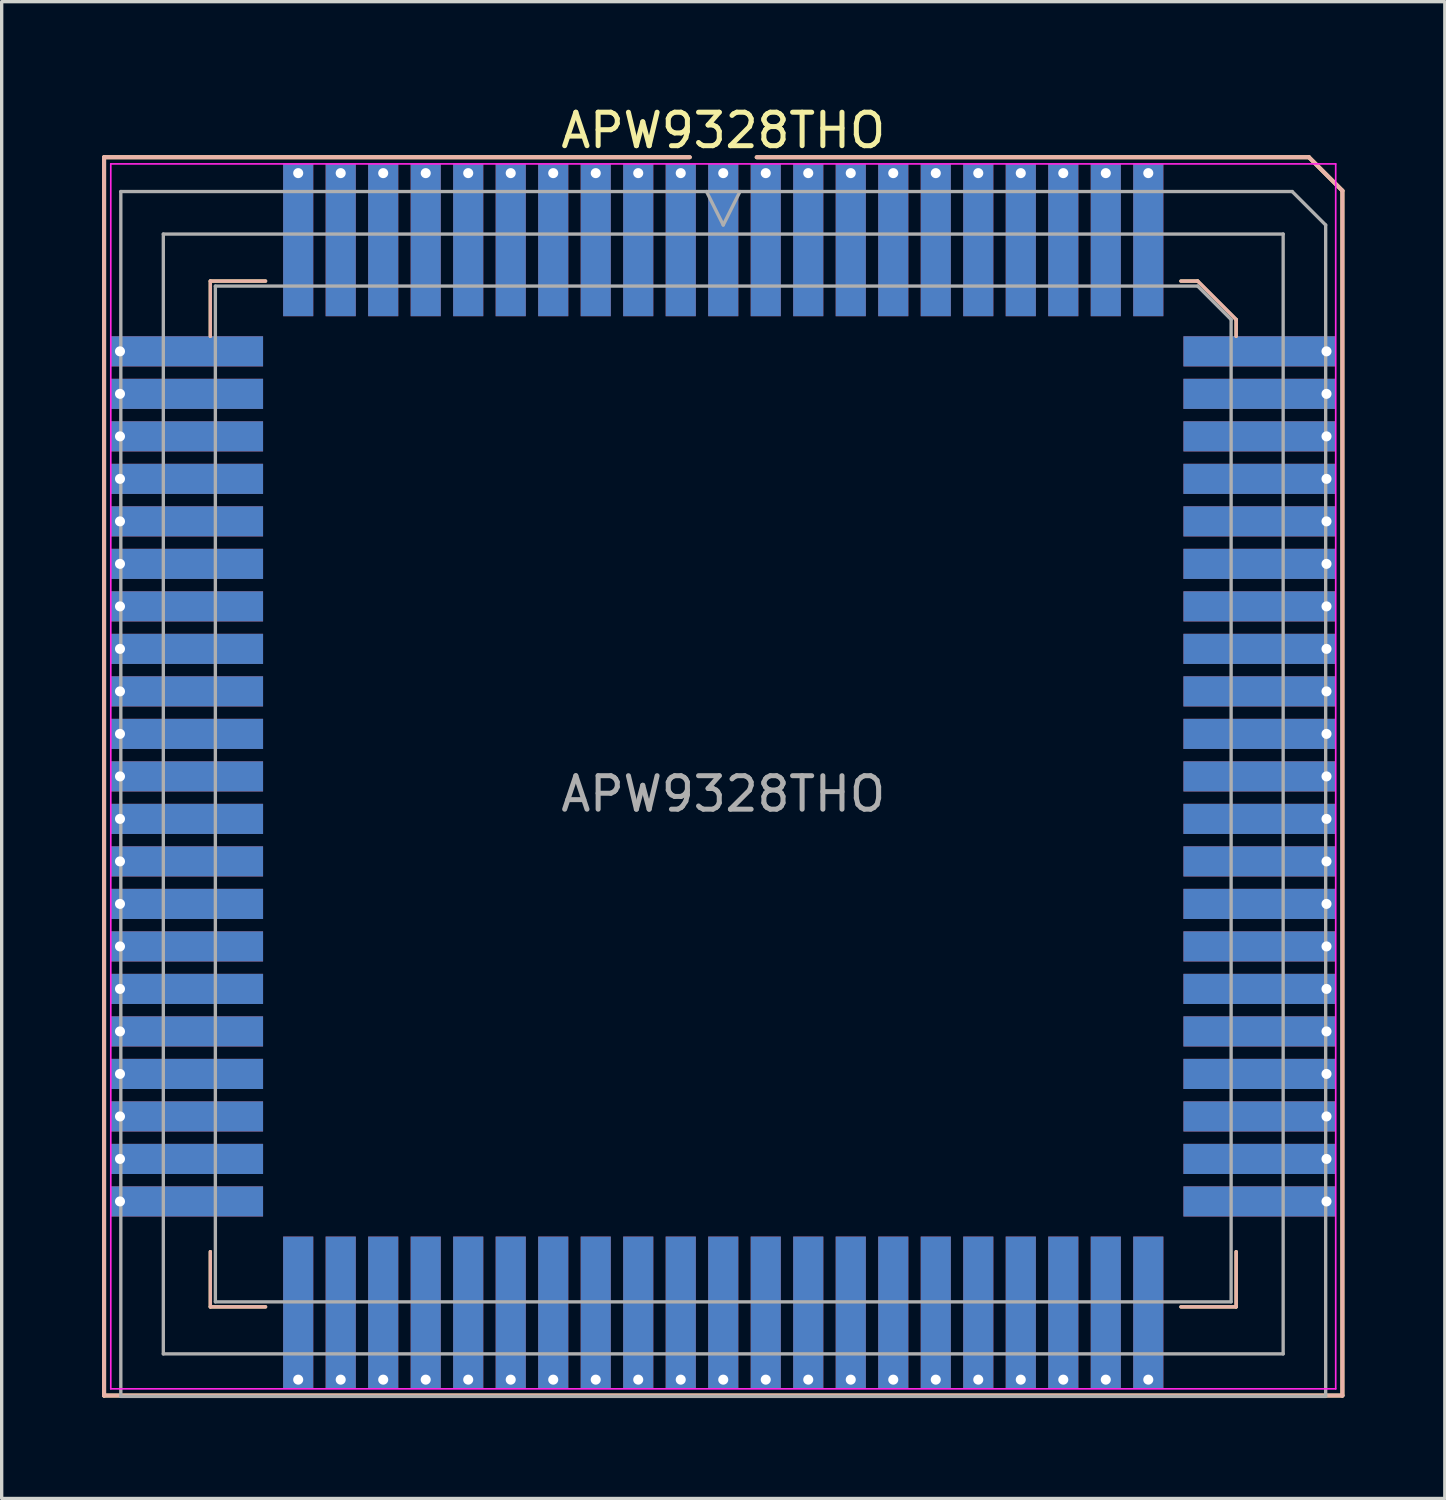
<source format=kicad_pcb>
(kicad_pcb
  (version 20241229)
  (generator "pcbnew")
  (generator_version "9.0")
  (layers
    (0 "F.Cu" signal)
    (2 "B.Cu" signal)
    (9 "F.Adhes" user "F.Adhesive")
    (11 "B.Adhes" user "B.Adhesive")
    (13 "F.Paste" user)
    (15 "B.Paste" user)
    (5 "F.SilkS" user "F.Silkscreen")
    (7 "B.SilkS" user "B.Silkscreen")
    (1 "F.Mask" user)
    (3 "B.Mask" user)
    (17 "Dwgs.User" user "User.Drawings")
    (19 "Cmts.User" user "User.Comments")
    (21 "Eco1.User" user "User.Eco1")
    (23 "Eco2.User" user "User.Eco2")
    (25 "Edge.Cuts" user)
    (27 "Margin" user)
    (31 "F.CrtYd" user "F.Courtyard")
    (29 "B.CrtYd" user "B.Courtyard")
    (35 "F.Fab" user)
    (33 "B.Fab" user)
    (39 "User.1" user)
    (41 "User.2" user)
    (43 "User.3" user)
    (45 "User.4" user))
  (footprint "APW9328THO"
    (layer "F.Cu")
    (at 18.56 20.148)
    (property "Reference" "APW9328THO" (at 0 -19.3 180) (layer "F.SilkS") (effects (font (size 1 1) (thickness 0.15))))
    (attr smd)
    (fp_line (start -18.5 -18.5) (end -1 -18.5) (stroke (width 0.12) (type solid)) (layer "F.SilkS"))
    (fp_line (start -18.5 18.5) (end -18.5 -18.5) (stroke (width 0.12) (type solid)) (layer "F.SilkS"))
    (fp_line (start -15.325 -14.8) (end -15.325 -13.15) (stroke (width 0.1) (type solid)) (layer "F.SilkS"))
    (fp_line (start -15.325 15.85) (end -15.325 14.2) (stroke (width 0.1) (type solid)) (layer "F.SilkS"))
    (fp_line (start -13.675 -14.8) (end -15.325 -14.8) (stroke (width 0.1) (type solid)) (layer "F.SilkS"))
    (fp_line (start -13.675 15.85) (end -15.325 15.85) (stroke (width 0.1) (type solid)) (layer "F.SilkS"))
    (fp_line (start 1 -18.5) (end 17.5 -18.5) (stroke (width 0.12) (type solid)) (layer "F.SilkS"))
    (fp_line (start 13.675 -14.8) (end 14.175 -14.8) (stroke (width 0.1) (type solid)) (layer "F.SilkS"))
    (fp_line (start 13.675 15.85) (end 15.325 15.85) (stroke (width 0.1) (type solid)) (layer "F.SilkS"))
    (fp_line (start 14.175 -14.8) (end 15.325 -13.65) (stroke (width 0.1) (type solid)) (layer "F.SilkS"))
    (fp_line (start 15.325 -13.65) (end 15.325 -13.15) (stroke (width 0.1) (type solid)) (layer "F.SilkS"))
    (fp_line (start 15.325 15.85) (end 15.325 14.2) (stroke (width 0.1) (type solid)) (layer "F.SilkS"))
    (fp_line (start 17.5 -18.5) (end 18.5 -17.5) (stroke (width 0.12) (type solid)) (layer "F.SilkS"))
    (fp_line (start 18.5 -17.5) (end 18.5 18.5) (stroke (width 0.12) (type solid)) (layer "F.SilkS"))
    (fp_line (start 18.5 18.5) (end -18.5 18.5) (stroke (width 0.12) (type solid)) (layer "F.SilkS"))
    (fp_line (start -18.5 -18.5) (end -1 -18.5) (stroke (width 0.12) (type solid)) (layer "B.SilkS"))
    (fp_line (start -18.5 18.5) (end -18.5 -18.5) (stroke (width 0.12) (type solid)) (layer "B.SilkS"))
    (fp_line (start -15.325 -14.8) (end -15.325 -13.15) (stroke (width 0.1) (type solid)) (layer "B.SilkS"))
    (fp_line (start -15.325 15.85) (end -15.325 14.2) (stroke (width 0.1) (type solid)) (layer "B.SilkS"))
    (fp_line (start -13.675 -14.8) (end -15.325 -14.8) (stroke (width 0.1) (type solid)) (layer "B.SilkS"))
    (fp_line (start -13.675 15.85) (end -15.325 15.85) (stroke (width 0.1) (type solid)) (layer "B.SilkS"))
    (fp_line (start 1 -18.5) (end 17.5 -18.5) (stroke (width 0.12) (type solid)) (layer "B.SilkS"))
    (fp_line (start 13.675 -14.8) (end 14.175 -14.8) (stroke (width 0.1) (type solid)) (layer "B.SilkS"))
    (fp_line (start 13.675 15.85) (end 15.325 15.85) (stroke (width 0.1) (type solid)) (layer "B.SilkS"))
    (fp_line (start 14.175 -14.8) (end 15.325 -13.65) (stroke (width 0.1) (type solid)) (layer "B.SilkS"))
    (fp_line (start 15.325 -13.65) (end 15.325 -13.15) (stroke (width 0.1) (type solid)) (layer "B.SilkS"))
    (fp_line (start 15.325 15.85) (end 15.325 14.2) (stroke (width 0.1) (type solid)) (layer "B.SilkS"))
    (fp_line (start 17.5 -18.5) (end 18.5 -17.5) (stroke (width 0.12) (type solid)) (layer "B.SilkS"))
    (fp_line (start 18.5 -17.5) (end 18.5 18.5) (stroke (width 0.12) (type solid)) (layer "B.SilkS"))
    (fp_line (start 18.5 18.5) (end -18.5 18.5) (stroke (width 0.12) (type solid)) (layer "B.SilkS"))
    (fp_line (start -18.3 -18.3) (end 18.3 -18.3) (stroke (width 0.05) (type solid)) (layer "F.CrtYd"))
    (fp_line (start -18.3 18.3) (end -18.3 -18.3) (stroke (width 0.05) (type solid)) (layer "F.CrtYd"))
    (fp_line (start 18.3 -18.3) (end 18.3 18.3) (stroke (width 0.05) (type solid)) (layer "F.CrtYd"))
    (fp_line (start 18.3 18.3) (end -18.3 18.3) (stroke (width 0.05) (type solid)) (layer "F.CrtYd"))
    (fp_line (start -18 -17.475) (end 17 -17.475) (stroke (width 0.1) (type solid)) (layer "F.Fab"))
    (fp_line (start -18 18.525) (end -18 -17.475) (stroke (width 0.1) (type solid)) (layer "F.Fab"))
    (fp_line (start -16.73 -16.205) (end 16.73 -16.205) (stroke (width 0.1) (type solid)) (layer "F.Fab"))
    (fp_line (start -16.73 17.255) (end -16.73 -16.205) (stroke (width 0.1) (type solid)) (layer "F.Fab"))
    (fp_line (start -15.175 -14.65) (end 14.175 -14.65) (stroke (width 0.1) (type solid)) (layer "F.Fab"))
    (fp_line (start -15.175 15.7) (end -15.175 -14.65) (stroke (width 0.1) (type solid)) (layer "F.Fab"))
    (fp_line (start 0 -16.475) (end -0.5 -17.475) (stroke (width 0.1) (type solid)) (layer "F.Fab"))
    (fp_line (start 0.5 -17.475) (end 0 -16.475) (stroke (width 0.1) (type solid)) (layer "F.Fab"))
    (fp_line (start 14.175 -14.65) (end 15.175 -13.65) (stroke (width 0.1) (type solid)) (layer "F.Fab"))
    (fp_line (start 15.175 -13.65) (end 15.175 15.7) (stroke (width 0.1) (type solid)) (layer "F.Fab"))
    (fp_line (start 15.175 15.7) (end -15.175 15.7) (stroke (width 0.1) (type solid)) (layer "F.Fab"))
    (fp_line (start 16.73 -16.205) (end 16.73 17.255) (stroke (width 0.1) (type solid)) (layer "F.Fab"))
    (fp_line (start 16.73 17.255) (end -16.73 17.255) (stroke (width 0.1) (type solid)) (layer "F.Fab"))
    (fp_line (start 17 -17.475) (end 18 -16.475) (stroke (width 0.1) (type solid)) (layer "F.Fab"))
    (fp_line (start 18 -16.475) (end 18 18.525) (stroke (width 0.1) (type solid)) (layer "F.Fab"))
    (fp_line (start 18 18.525) (end -18 18.525) (stroke (width 0.1) (type solid)) (layer "F.Fab"))
    (fp_text user "${REFERENCE}" (at 0 0.525 180) (layer "F.Fab") (effects (font (size 1 1) (thickness 0.15))))
    (pad "1" thru_hole rect (at 0 -18.025) (size 0.9 4.55) (drill 0.3 (offset 0 2)) (layers "*.Cu" "*.Mask"))
    (pad "2" thru_hole rect (at 1.27 -18.025) (size 0.9 4.55) (drill 0.3 (offset 0 2)) (layers "*.Cu" "*.Mask"))
    (pad "3" thru_hole rect (at 2.54 -18.025) (size 0.9 4.55) (drill 0.3 (offset 0 2)) (layers "*.Cu" "*.Mask"))
    (pad "4" thru_hole rect (at 3.81 -18.025) (size 0.9 4.55) (drill 0.3 (offset 0 2)) (layers "*.Cu" "*.Mask"))
    (pad "5" thru_hole rect (at 5.08 -18.025) (size 0.9 4.55) (drill 0.3 (offset 0 2)) (layers "*.Cu" "*.Mask"))
    (pad "6" thru_hole rect (at 6.35 -18.025) (size 0.9 4.55) (drill 0.3 (offset 0 2)) (layers "*.Cu" "*.Mask"))
    (pad "7" thru_hole rect (at 7.62 -18.025) (size 0.9 4.55) (drill 0.3 (offset 0 2)) (layers "*.Cu" "*.Mask"))
    (pad "8" thru_hole rect (at 8.89 -18.025) (size 0.9 4.55) (drill 0.3 (offset 0 2)) (layers "*.Cu" "*.Mask"))
    (pad "9" thru_hole rect (at 10.16 -18.025) (size 0.9 4.55) (drill 0.3 (offset 0 2)) (layers "*.Cu" "*.Mask"))
    (pad "10" thru_hole rect (at 11.43 -18.025) (size 0.9 4.55) (drill 0.3 (offset 0 2)) (layers "*.Cu" "*.Mask"))
    (pad "11" thru_hole rect (at 12.7 -18.025) (size 0.9 4.55) (drill 0.3 (offset 0 2)) (layers "*.Cu" "*.Mask"))
    (pad "12" thru_hole rect (at 18.025 -12.7) (size 4.55 0.9) (drill 0.3 (offset -2 0)) (layers "*.Cu" "*.Mask"))
    (pad "13" thru_hole rect (at 18.025 -11.43) (size 4.55 0.9) (drill 0.3 (offset -2 0)) (layers "*.Cu" "*.Mask"))
    (pad "14" thru_hole rect (at 18.025 -10.16) (size 4.55 0.9) (drill 0.3 (offset -2 0)) (layers "*.Cu" "*.Mask"))
    (pad "15" thru_hole rect (at 18.025 -8.89) (size 4.55 0.9) (drill 0.3 (offset -2 0)) (layers "*.Cu" "*.Mask"))
    (pad "16" thru_hole rect (at 18.025 -7.62) (size 4.55 0.9) (drill 0.3 (offset -2 0)) (layers "*.Cu" "*.Mask"))
    (pad "17" thru_hole rect (at 18.025 -6.35) (size 4.55 0.9) (drill 0.3 (offset -2 0)) (layers "*.Cu" "*.Mask"))
    (pad "18" thru_hole rect (at 18.025 -5.08) (size 4.55 0.9) (drill 0.3 (offset -2 0)) (layers "*.Cu" "*.Mask"))
    (pad "19" thru_hole rect (at 18.025 -3.81) (size 4.55 0.9) (drill 0.3 (offset -2 0)) (layers "*.Cu" "*.Mask"))
    (pad "20" thru_hole rect (at 18.025 -2.54) (size 4.55 0.9) (drill 0.3 (offset -2 0)) (layers "*.Cu" "*.Mask"))
    (pad "21" thru_hole rect (at 18.025 -1.27) (size 4.55 0.9) (drill 0.3 (offset -2 0)) (layers "*.Cu" "*.Mask"))
    (pad "22" thru_hole rect (at 18.025 0) (size 4.55 0.9) (drill 0.3 (offset -2 0)) (layers "*.Cu" "*.Mask"))
    (pad "23" thru_hole rect (at 18.025 1.27) (size 4.55 0.9) (drill 0.3 (offset -2 0)) (layers "*.Cu" "*.Mask"))
    (pad "24" thru_hole rect (at 18.025 2.54) (size 4.55 0.9) (drill 0.3 (offset -2 0)) (layers "*.Cu" "*.Mask"))
    (pad "25" thru_hole rect (at 18.025 3.81) (size 4.55 0.9) (drill 0.3 (offset -2 0)) (layers "*.Cu" "*.Mask"))
    (pad "26" thru_hole rect (at 18.025 5.08) (size 4.55 0.9) (drill 0.3 (offset -2 0)) (layers "*.Cu" "*.Mask"))
    (pad "27" thru_hole rect (at 18.025 6.35) (size 4.55 0.9) (drill 0.3 (offset -2 0)) (layers "*.Cu" "*.Mask"))
    (pad "28" thru_hole rect (at 18.025 7.62) (size 4.55 0.9) (drill 0.3 (offset -2 0)) (layers "*.Cu" "*.Mask"))
    (pad "29" thru_hole rect (at 18.025 8.89) (size 4.55 0.9) (drill 0.3 (offset -2 0)) (layers "*.Cu" "*.Mask"))
    (pad "30" thru_hole rect (at 18.025 10.16) (size 4.55 0.9) (drill 0.3 (offset -2 0)) (layers "*.Cu" "*.Mask"))
    (pad "31" thru_hole rect (at 18.025 11.43) (size 4.55 0.9) (drill 0.3 (offset -2 0)) (layers "*.Cu" "*.Mask"))
    (pad "32" thru_hole rect (at 18.025 12.7) (size 4.55 0.9) (drill 0.3 (offset -2 0)) (layers "*.Cu" "*.Mask"))
    (pad "33" thru_hole rect (at 12.7 18.025) (size 0.9 4.55) (drill 0.3 (offset 0 -2)) (layers "*.Cu" "*.Mask"))
    (pad "34" thru_hole rect (at 11.43 18.025) (size 0.9 4.55) (drill 0.3 (offset 0 -2)) (layers "*.Cu" "*.Mask"))
    (pad "35" thru_hole rect (at 10.16 18.025) (size 0.9 4.55) (drill 0.3 (offset 0 -2)) (layers "*.Cu" "*.Mask"))
    (pad "36" thru_hole rect (at 8.89 18.025) (size 0.9 4.55) (drill 0.3 (offset 0 -2)) (layers "*.Cu" "*.Mask"))
    (pad "37" thru_hole rect (at 7.62 18.025) (size 0.9 4.55) (drill 0.3 (offset 0 -2)) (layers "*.Cu" "*.Mask"))
    (pad "38" thru_hole rect (at 6.35 18.025) (size 0.9 4.55) (drill 0.3 (offset 0 -2)) (layers "*.Cu" "*.Mask"))
    (pad "39" thru_hole rect (at 5.08 18.025) (size 0.9 4.55) (drill 0.3 (offset 0 -2)) (layers "*.Cu" "*.Mask"))
    (pad "40" thru_hole rect (at 3.81 18.025) (size 0.9 4.55) (drill 0.3 (offset 0 -2)) (layers "*.Cu" "*.Mask"))
    (pad "41" thru_hole rect (at 2.54 18.025) (size 0.9 4.55) (drill 0.3 (offset 0 -2)) (layers "*.Cu" "*.Mask"))
    (pad "42" thru_hole rect (at 1.27 18.025) (size 0.9 4.55) (drill 0.3 (offset 0 -2)) (layers "*.Cu" "*.Mask"))
    (pad "43" thru_hole rect (at 0 18.025) (size 0.9 4.55) (drill 0.3 (offset 0 -2)) (layers "*.Cu" "*.Mask"))
    (pad "44" thru_hole rect (at -1.27 18.025) (size 0.9 4.55) (drill 0.3 (offset 0 -2)) (layers "*.Cu" "*.Mask"))
    (pad "45" thru_hole rect (at -2.54 18.025) (size 0.9 4.55) (drill 0.3 (offset 0 -2)) (layers "*.Cu" "*.Mask"))
    (pad "46" thru_hole rect (at -3.81 18.025) (size 0.9 4.55) (drill 0.3 (offset 0 -2)) (layers "*.Cu" "*.Mask"))
    (pad "47" thru_hole rect (at -5.08 18.025) (size 0.9 4.55) (drill 0.3 (offset 0 -2)) (layers "*.Cu" "*.Mask"))
    (pad "48" thru_hole rect (at -6.35 18.025) (size 0.9 4.55) (drill 0.3 (offset 0 -2)) (layers "*.Cu" "*.Mask"))
    (pad "49" thru_hole rect (at -7.62 18.025) (size 0.9 4.55) (drill 0.3 (offset 0 -2)) (layers "*.Cu" "*.Mask"))
    (pad "50" thru_hole rect (at -8.89 18.025) (size 0.9 4.55) (drill 0.3 (offset 0 -2)) (layers "*.Cu" "*.Mask"))
    (pad "51" thru_hole rect (at -10.16 18.025) (size 0.9 4.55) (drill 0.3 (offset 0 -2)) (layers "*.Cu" "*.Mask"))
    (pad "52" thru_hole rect (at -11.43 18.025) (size 0.9 4.55) (drill 0.3 (offset 0 -2)) (layers "*.Cu" "*.Mask"))
    (pad "53" thru_hole rect (at -12.7 18.025) (size 0.9 4.55) (drill 0.3 (offset 0 -2)) (layers "*.Cu" "*.Mask"))
    (pad "54" thru_hole rect (at -18.025 12.7) (size 4.55 0.9) (drill 0.3 (offset 2 0)) (layers "*.Cu" "*.Mask"))
    (pad "55" thru_hole rect (at -18.025 11.43) (size 4.55 0.9) (drill 0.3 (offset 2 0)) (layers "*.Cu" "*.Mask"))
    (pad "56" thru_hole rect (at -18.025 10.16) (size 4.55 0.9) (drill 0.3 (offset 2 0)) (layers "*.Cu" "*.Mask"))
    (pad "57" thru_hole rect (at -18.025 8.89) (size 4.55 0.9) (drill 0.3 (offset 2 0)) (layers "*.Cu" "*.Mask"))
    (pad "58" thru_hole rect (at -18.025 7.62) (size 4.55 0.9) (drill 0.3 (offset 2 0)) (layers "*.Cu" "*.Mask"))
    (pad "59" thru_hole rect (at -18.025 6.35) (size 4.55 0.9) (drill 0.3 (offset 2 0)) (layers "*.Cu" "*.Mask"))
    (pad "60" thru_hole rect (at -18.025 5.08) (size 4.55 0.9) (drill 0.3 (offset 2 0)) (layers "*.Cu" "*.Mask"))
    (pad "61" thru_hole rect (at -18.025 3.81) (size 4.55 0.9) (drill 0.3 (offset 2 0)) (layers "*.Cu" "*.Mask"))
    (pad "62" thru_hole rect (at -18.025 2.54) (size 4.55 0.9) (drill 0.3 (offset 2 0)) (layers "*.Cu" "*.Mask"))
    (pad "63" thru_hole rect (at -18.025 1.27) (size 4.55 0.9) (drill 0.3 (offset 2 0)) (layers "*.Cu" "*.Mask"))
    (pad "64" thru_hole rect (at -18.025 0) (size 4.55 0.9) (drill 0.3 (offset 2 0)) (layers "*.Cu" "*.Mask"))
    (pad "65" thru_hole rect (at -18.025 -1.27) (size 4.55 0.9) (drill 0.3 (offset 2 0)) (layers "*.Cu" "*.Mask"))
    (pad "66" thru_hole rect (at -18.025 -2.54) (size 4.55 0.9) (drill 0.3 (offset 2 0)) (layers "*.Cu" "*.Mask"))
    (pad "67" thru_hole rect (at -18.025 -3.81) (size 4.55 0.9) (drill 0.3 (offset 2 0)) (layers "*.Cu" "*.Mask"))
    (pad "68" thru_hole rect (at -18.025 -5.08) (size 4.55 0.9) (drill 0.3 (offset 2 0)) (layers "*.Cu" "*.Mask"))
    (pad "69" thru_hole rect (at -18.025 -6.35) (size 4.55 0.9) (drill 0.3 (offset 2 0)) (layers "*.Cu" "*.Mask"))
    (pad "70" thru_hole rect (at -18.025 -7.62) (size 4.55 0.9) (drill 0.3 (offset 2 0)) (layers "*.Cu" "*.Mask"))
    (pad "71" thru_hole rect (at -18.025 -8.89) (size 4.55 0.9) (drill 0.3 (offset 2 0)) (layers "*.Cu" "*.Mask"))
    (pad "72" thru_hole rect (at -18.025 -10.16) (size 4.55 0.9) (drill 0.3 (offset 2 0)) (layers "*.Cu" "*.Mask"))
    (pad "73" thru_hole rect (at -18.025 -11.43) (size 4.55 0.9) (drill 0.3 (offset 2 0)) (layers "*.Cu" "*.Mask"))
    (pad "74" thru_hole rect (at -18.025 -12.7) (size 4.55 0.9) (drill 0.3 (offset 2 0)) (layers "*.Cu" "*.Mask"))
    (pad "75" thru_hole rect (at -12.7 -18.025) (size 0.9 4.55) (drill 0.3 (offset 0 2)) (layers "*.Cu" "*.Mask"))
    (pad "76" thru_hole rect (at -11.43 -18.025) (size 0.9 4.55) (drill 0.3 (offset 0 2)) (layers "*.Cu" "*.Mask"))
    (pad "77" thru_hole rect (at -10.16 -18.025) (size 0.9 4.55) (drill 0.3 (offset 0 2)) (layers "*.Cu" "*.Mask"))
    (pad "78" thru_hole rect (at -8.89 -18.025) (size 0.9 4.55) (drill 0.3 (offset 0 2)) (layers "*.Cu" "*.Mask"))
    (pad "79" thru_hole rect (at -7.62 -18.025) (size 0.9 4.55) (drill 0.3 (offset 0 2)) (layers "*.Cu" "*.Mask"))
    (pad "80" thru_hole rect (at -6.35 -18.025) (size 0.9 4.55) (drill 0.3 (offset 0 2)) (layers "*.Cu" "*.Mask"))
    (pad "81" thru_hole rect (at -5.08 -18.025) (size 0.9 4.55) (drill 0.3 (offset 0 2)) (layers "*.Cu" "*.Mask"))
    (pad "82" thru_hole rect (at -3.81 -18.025) (size 0.9 4.55) (drill 0.3 (offset 0 2)) (layers "*.Cu" "*.Mask"))
    (pad "83" thru_hole rect (at -2.54 -18.025) (size 0.9 4.55) (drill 0.3 (offset 0 2)) (layers "*.Cu" "*.Mask"))
    (pad "84" thru_hole rect (at -1.27 -18.025) (size 0.9 4.55) (drill 0.3 (offset 0 2)) (layers "*.Cu" "*.Mask")))
  (gr_rect
    (start -3 -3)
    (end 40.12 41.723)
    (stroke (width 0.1) (type default))
    (fill no)
    (layer "Edge.Cuts")))
</source>
